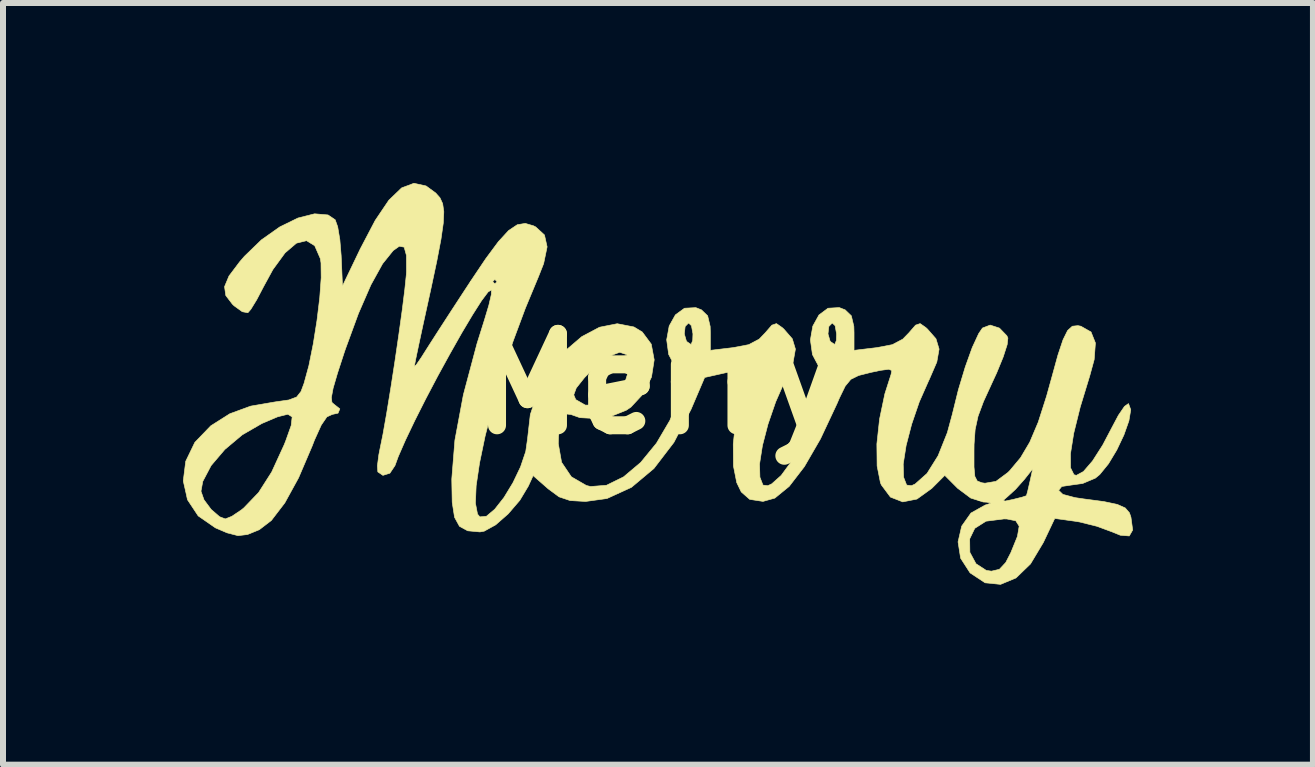
<source format=kicad_pcb>
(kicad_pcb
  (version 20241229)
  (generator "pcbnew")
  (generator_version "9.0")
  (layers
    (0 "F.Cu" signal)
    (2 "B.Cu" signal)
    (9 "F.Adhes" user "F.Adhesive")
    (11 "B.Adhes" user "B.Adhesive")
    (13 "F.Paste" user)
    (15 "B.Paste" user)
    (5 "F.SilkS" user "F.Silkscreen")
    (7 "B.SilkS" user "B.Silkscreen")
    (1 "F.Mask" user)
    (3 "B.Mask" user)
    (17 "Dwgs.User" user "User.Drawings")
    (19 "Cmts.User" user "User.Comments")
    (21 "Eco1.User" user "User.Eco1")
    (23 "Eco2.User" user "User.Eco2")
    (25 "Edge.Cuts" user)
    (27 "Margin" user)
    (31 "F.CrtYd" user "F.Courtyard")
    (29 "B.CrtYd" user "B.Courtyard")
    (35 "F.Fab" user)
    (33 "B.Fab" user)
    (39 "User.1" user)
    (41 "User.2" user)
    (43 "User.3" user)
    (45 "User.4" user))
  (footprint "Merry"
    (layer "F.Cu")
    (at 7.92 3.35)
    (property "Reference" "Merry" (at 0 0 0) (layer "F.SilkS") (effects (font (size 1.524 1.524) (thickness 0.3))))
    (attr through_hole)
    (fp_poly (pts (xy -3.867 -3.3) (xy -3.707 -3.183) (xy -3.636 -3.103) (xy -3.591 -3.005) (xy -3.572 -2.871) (xy -3.581 -2.68) (xy -3.619 -2.413) (xy -3.688 -2.051) (xy -3.789 -1.576) (xy -3.84 -1.344) (xy -3.92 -0.979) (xy -3.987 -0.667) (xy -4.036 -0.434) (xy -4.061 -0.307) (xy -4.063 -0.291) (xy -4.029 -0.322) (xy -3.945 -0.444) (xy -3.905 -0.508) (xy -3.809 -0.659) (xy -3.653 -0.902) (xy -3.454 -1.209) (xy -3.232 -1.549) (xy -3.142 -1.686) (xy -3.13 -1.705) (xy -2.758 -1.705) (xy -2.721 -1.669) (xy -2.685 -1.705) (xy -2.721 -1.742) (xy -2.758 -1.705) (xy -3.13 -1.705) (xy -2.874 -2.086) (xy -2.662 -2.372) (xy -2.492 -2.557) (xy -2.347 -2.654) (xy -2.214 -2.676) (xy -2.077 -2.636) (xy -2.04 -2.617) (xy -1.894 -2.483) (xy -1.85 -2.285) (xy -1.908 -2.006) (xy -1.994 -1.788) (xy -2.213 -1.261) (xy -2.417 -0.713) (xy -2.599 -0.163) (xy -2.756 0.372) (xy -2.884 0.872) (xy -2.977 1.32) (xy -3.033 1.698) (xy -3.045 1.987) (xy -3.01 2.17) (xy -2.971 2.216) (xy -2.862 2.206) (xy -2.723 2.089) (xy -2.569 1.893) (xy -2.42 1.648) (xy -2.293 1.383) (xy -2.206 1.126) (xy -2.177 0.922) (xy -2.13 0.51) (xy -2.02 0.182) (xy -1.406 0.182) (xy -1.373 0.261) (xy -1.212 0.353) (xy -0.999 0.35) (xy -0.786 0.259) (xy -0.694 0.18) (xy -0.552 -0.03) (xy -0.481 -0.253) (xy -0.493 -0.438) (xy -0.522 -0.488) (xy -0.64 -0.528) (xy -0.819 -0.461) (xy -1.037 -0.298) (xy -1.226 -0.106) (xy -1.364 0.068) (xy -1.406 0.182) (xy -2.02 0.182) (xy -1.999 0.117) (xy -1.801 -0.241) (xy -1.554 -0.548) (xy -1.273 -0.788) (xy -0.977 -0.945) (xy -0.681 -1.004) (xy -0.403 -0.95) (xy -0.264 -0.866) (xy -0.114 -0.664) (xy -0.065 -0.402) (xy -0.11 -0.115) (xy -0.242 0.159) (xy -0.453 0.386) (xy -0.53 0.438) (xy -0.766 0.533) (xy -1.045 0.576) (xy -1.304 0.562) (xy -1.451 0.51) (xy -1.557 0.497) (xy -1.626 0.617) (xy -1.66 0.873) (xy -1.664 0.994) (xy -1.609 1.306) (xy -1.446 1.548) (xy -1.195 1.693) (xy -1.125 1.71) (xy -0.86 1.689) (xy -0.575 1.549) (xy -0.29 1.309) (xy -0.027 0.988) (xy 0.197 0.607) (xy 0.33 0.28) (xy 0.395 0.068) (xy 0.408 -0.064) (xy 0.366 -0.169) (xy 0.296 -0.263) (xy 0.176 -0.493) (xy 0.143 -0.737) (xy 0.161 -0.834) (xy 0.437 -0.834) (xy 0.471 -0.717) (xy 0.484 -0.702) (xy 0.55 -0.658) (xy 0.577 -0.726) (xy 0.581 -0.835) (xy 0.556 -0.971) (xy 0.508 -1.016) (xy 0.451 -0.958) (xy 0.437 -0.834) (xy 0.161 -0.834) (xy 0.185 -0.966) (xy 0.288 -1.151) (xy 0.44 -1.262) (xy 0.629 -1.272) (xy 0.723 -1.235) (xy 0.826 -1.136) (xy 0.868 -0.959) (xy 0.871 -0.858) (xy 0.871 -0.56) (xy 1.248 -0.605) (xy 1.511 -0.655) (xy 1.685 -0.747) (xy 1.785 -0.851) (xy 1.897 -0.98) (xy 1.973 -1.006) (xy 2.068 -0.94) (xy 2.096 -0.915) (xy 2.237 -0.753) (xy 2.289 -0.581) (xy 2.251 -0.365) (xy 2.124 -0.072) (xy 2.112 -0.047) (xy 1.96 0.299) (xy 1.832 0.67) (xy 1.739 1.028) (xy 1.691 1.335) (xy 1.697 1.552) (xy 1.698 1.557) (xy 1.748 1.686) (xy 1.829 1.696) (xy 1.894 1.666) (xy 2.052 1.525) (xy 2.236 1.274) (xy 2.427 0.938) (xy 2.609 0.545) (xy 2.656 0.43) (xy 2.849 -0.062) (xy 2.695 -0.259) (xy 2.573 -0.49) (xy 2.539 -0.734) (xy 2.556 -0.834) (xy 2.832 -0.834) (xy 2.866 -0.717) (xy 2.879 -0.702) (xy 2.945 -0.658) (xy 2.972 -0.726) (xy 2.975 -0.835) (xy 2.951 -0.971) (xy 2.903 -1.016) (xy 2.846 -0.958) (xy 2.832 -0.834) (xy 2.556 -0.834) (xy 2.579 -0.964) (xy 2.681 -1.149) (xy 2.832 -1.262) (xy 3.02 -1.273) (xy 3.118 -1.235) (xy 3.221 -1.136) (xy 3.263 -0.959) (xy 3.266 -0.858) (xy 3.266 -0.56) (xy 3.643 -0.605) (xy 3.905 -0.655) (xy 4.079 -0.747) (xy 4.18 -0.851) (xy 4.292 -0.98) (xy 4.368 -1.006) (xy 4.463 -0.94) (xy 4.49 -0.915) (xy 4.632 -0.753) (xy 4.684 -0.581) (xy 4.646 -0.365) (xy 4.519 -0.072) (xy 4.507 -0.047) (xy 4.354 0.299) (xy 4.227 0.67) (xy 4.134 1.028) (xy 4.086 1.335) (xy 4.092 1.552) (xy 4.093 1.557) (xy 4.143 1.686) (xy 4.224 1.696) (xy 4.285 1.668) (xy 4.483 1.492) (xy 4.667 1.198) (xy 4.822 0.811) (xy 4.904 0.508) (xy 5.005 0.1) (xy 5.12 -0.282) (xy 5.236 -0.605) (xy 5.344 -0.839) (xy 5.407 -0.932) (xy 5.536 -0.981) (xy 5.69 -0.931) (xy 5.813 -0.804) (xy 5.831 -0.765) (xy 5.819 -0.656) (xy 5.753 -0.451) (xy 5.645 -0.187) (xy 5.571 -0.027) (xy 5.424 0.294) (xy 5.333 0.539) (xy 5.285 0.76) (xy 5.267 1.006) (xy 5.266 1.117) (xy 5.266 1.385) (xy 5.28 1.541) (xy 5.32 1.618) (xy 5.395 1.647) (xy 5.449 1.655) (xy 5.632 1.624) (xy 5.831 1.476) (xy 5.863 1.444) (xy 6.042 1.23) (xy 6.196 0.97) (xy 6.337 0.637) (xy 6.476 0.203) (xy 6.561 -0.103) (xy 6.665 -0.481) (xy 6.75 -0.736) (xy 6.826 -0.89) (xy 6.905 -0.962) (xy 6.998 -0.972) (xy 7.048 -0.962) (xy 7.217 -0.866) (xy 7.29 -0.683) (xy 7.269 -0.405) (xy 7.195 -0.134) (xy 7.036 0.387) (xy 6.928 0.823) (xy 6.874 1.163) (xy 6.875 1.397) (xy 6.932 1.513) (xy 6.972 1.524) (xy 7.09 1.46) (xy 7.242 1.284) (xy 7.412 1.018) (xy 7.557 0.742) (xy 7.673 0.523) (xy 7.774 0.375) (xy 7.84 0.328) (xy 7.842 0.329) (xy 7.879 0.43) (xy 7.848 0.615) (xy 7.765 0.85) (xy 7.646 1.101) (xy 7.507 1.332) (xy 7.362 1.51) (xy 7.289 1.57) (xy 7.078 1.659) (xy 6.89 1.685) (xy 6.729 1.709) (xy 6.677 1.773) (xy 6.747 1.841) (xy 6.95 1.895) (xy 7.091 1.916) (xy 7.431 1.961) (xy 7.654 2.008) (xy 7.787 2.067) (xy 7.857 2.148) (xy 7.882 2.221) (xy 7.911 2.435) (xy 7.854 2.534) (xy 7.705 2.522) (xy 7.57 2.467) (xy 7.316 2.373) (xy 7.026 2.301) (xy 6.953 2.289) (xy 6.612 2.242) (xy 6.422 2.643) (xy 6.208 3) (xy 5.966 3.234) (xy 5.709 3.341) (xy 5.451 3.315) (xy 5.204 3.152) (xy 5.199 3.147) (xy 5.043 2.905) (xy 5 2.633) (xy 5.012 2.582) (xy 5.194 2.582) (xy 5.197 2.807) (xy 5.299 2.997) (xy 5.47 3.108) (xy 5.557 3.121) (xy 5.689 3.09) (xy 5.795 2.977) (xy 5.88 2.812) (xy 5.99 2.541) (xy 6.019 2.371) (xy 5.962 2.281) (xy 5.814 2.251) (xy 5.765 2.25) (xy 5.466 2.288) (xy 5.279 2.407) (xy 5.194 2.582) (xy 5.012 2.582) (xy 5.061 2.37) (xy 5.215 2.152) (xy 5.454 2.018) (xy 5.479 2.011) (xy 5.548 1.986) (xy 5.48 1.971) (xy 5.419 1.968) (xy 5.334 1.941) (xy 5.753 1.941) (xy 5.785 1.953) (xy 5.914 1.926) (xy 6.069 1.887) (xy 6.14 1.863) (xy 6.14 1.863) (xy 6.16 1.792) (xy 6.196 1.637) (xy 6.197 1.633) (xy 6.245 1.415) (xy 6.105 1.592) (xy 5.957 1.758) (xy 5.831 1.873) (xy 5.753 1.941) (xy 5.334 1.941) (xy 5.211 1.902) (xy 4.997 1.742) (xy 4.996 1.742) (xy 4.779 1.524) (xy 4.561 1.742) (xy 4.315 1.919) (xy 4.078 1.966) (xy 3.873 1.886) (xy 3.721 1.682) (xy 3.706 1.645) (xy 3.651 1.368) (xy 3.647 1) (xy 3.692 0.585) (xy 3.78 0.165) (xy 3.883 -0.157) (xy 3.896 -0.223) (xy 3.847 -0.245) (xy 3.705 -0.226) (xy 3.55 -0.193) (xy 3.343 -0.141) (xy 3.213 -0.077) (xy 3.119 0.037) (xy 3.022 0.236) (xy 2.982 0.329) (xy 2.706 0.917) (xy 2.439 1.378) (xy 2.185 1.708) (xy 1.946 1.903) (xy 1.749 1.958) (xy 1.527 1.924) (xy 1.386 1.8) (xy 1.311 1.645) (xy 1.256 1.368) (xy 1.253 1) (xy 1.297 0.585) (xy 1.385 0.165) (xy 1.488 -0.157) (xy 1.501 -0.223) (xy 1.452 -0.245) (xy 1.31 -0.226) (xy 1.155 -0.193) (xy 0.776 -0.108) (xy 0.549 0.424) (xy 0.264 0.974) (xy -0.07 1.41) (xy -0.445 1.724) (xy -0.852 1.91) (xy -1.209 1.959) (xy -1.467 1.944) (xy -1.651 1.882) (xy -1.831 1.749) (xy -1.837 1.744) (xy -2.083 1.528) (xy -2.163 1.703) (xy -2.305 1.94) (xy -2.499 2.166) (xy -2.708 2.349) (xy -2.898 2.454) (xy -2.97 2.467) (xy -3.174 2.448) (xy -3.311 2.373) (xy -3.393 2.223) (xy -3.432 1.973) (xy -3.439 1.603) (xy -3.439 1.584) (xy -3.387 0.937) (xy -3.246 0.182) (xy -3.018 -0.674) (xy -2.892 -1.075) (xy -2.821 -1.312) (xy -2.78 -1.49) (xy -2.778 -1.568) (xy -2.834 -1.533) (xy -2.943 -1.388) (xy -3.092 -1.154) (xy -3.272 -0.852) (xy -3.469 -0.504) (xy -3.674 -0.13) (xy -3.874 0.25) (xy -4.057 0.613) (xy -4.213 0.94) (xy -4.331 1.21) (xy -4.386 1.361) (xy -4.471 1.488) (xy -4.587 1.524) (xy -4.672 1.466) (xy -4.679 1.365) (xy -4.655 1.18) (xy -4.638 1.093) (xy -4.586 0.838) (xy -4.524 0.486) (xy -4.456 0.07) (xy -4.387 -0.377) (xy -4.322 -0.822) (xy -4.265 -1.233) (xy -4.222 -1.577) (xy -4.197 -1.821) (xy -4.194 -1.873) (xy -4.195 -2.143) (xy -4.233 -2.28) (xy -4.313 -2.296) (xy -4.416 -2.223) (xy -4.593 -2.003) (xy -4.788 -1.65) (xy -4.995 -1.174) (xy -5.21 -0.588) (xy -5.227 -0.539) (xy -5.345 -0.177) (xy -5.417 0.07) (xy -5.446 0.225) (xy -5.437 0.308) (xy -5.403 0.338) (xy -5.305 0.415) (xy -5.335 0.487) (xy -5.431 0.508) (xy -5.521 0.549) (xy -5.615 0.686) (xy -5.729 0.938) (xy -5.766 1.034) (xy -5.993 1.565) (xy -6.222 1.982) (xy -6.447 2.276) (xy -6.648 2.43) (xy -6.844 2.51) (xy -7.003 2.529) (xy -7.185 2.482) (xy -7.379 2.399) (xy -7.666 2.2) (xy -7.845 1.93) (xy -7.876 1.788) (xy -7.62 1.788) (xy -7.57 1.931) (xy -7.451 2.091) (xy -7.309 2.214) (xy -7.214 2.25) (xy -7.104 2.206) (xy -6.944 2.098) (xy -6.904 2.065) (xy -6.659 1.81) (xy -6.441 1.468) (xy -6.232 1.012) (xy -6.206 0.946) (xy -6.116 0.693) (xy -6.1 0.55) (xy -6.171 0.505) (xy -6.343 0.548) (xy -6.604 0.659) (xy -6.931 0.848) (xy -7.222 1.092) (xy -7.451 1.361) (xy -7.59 1.625) (xy -7.62 1.788) (xy -7.876 1.788) (xy -7.915 1.617) (xy -7.874 1.289) (xy -7.722 0.974) (xy -7.457 0.699) (xy -7.456 0.698) (xy -7.139 0.497) (xy -6.792 0.37) (xy -6.386 0.3) (xy -6.155 0.267) (xy -6.025 0.218) (xy -5.952 0.125) (xy -5.902 -0.009) (xy -5.821 -0.305) (xy -5.748 -0.668) (xy -5.686 -1.058) (xy -5.64 -1.438) (xy -5.616 -1.77) (xy -5.619 -2.016) (xy -5.63 -2.089) (xy -5.724 -2.304) (xy -5.86 -2.388) (xy -6.028 -2.347) (xy -6.218 -2.185) (xy -6.421 -1.907) (xy -6.577 -1.621) (xy -6.69 -1.405) (xy -6.788 -1.245) (xy -6.838 -1.187) (xy -6.931 -1.204) (xy -7.068 -1.303) (xy -7.096 -1.33) (xy -7.206 -1.474) (xy -7.227 -1.621) (xy -7.153 -1.799) (xy -6.976 -2.034) (xy -6.896 -2.127) (xy -6.613 -2.401) (xy -6.307 -2.617) (xy -6.003 -2.766) (xy -5.726 -2.836) (xy -5.502 -2.817) (xy -5.383 -2.737) (xy -5.341 -2.62) (xy -5.305 -2.405) (xy -5.283 -2.138) (xy -5.283 -2.138) (xy -5.261 -1.633) (xy -4.965 -2.25) (xy -4.716 -2.725) (xy -4.488 -3.063) (xy -4.275 -3.268) (xy -4.07 -3.345) (xy -3.867 -3.3)) (stroke (width 0.01) (type solid)) (fill yes) (layer "F.SilkS")))
  (gr_rect
    (start -3 -3)
    (end 18.836 9.696)
    (stroke (width 0.1) (type default))
    (fill no)
    (layer "Edge.Cuts")))
</source>
